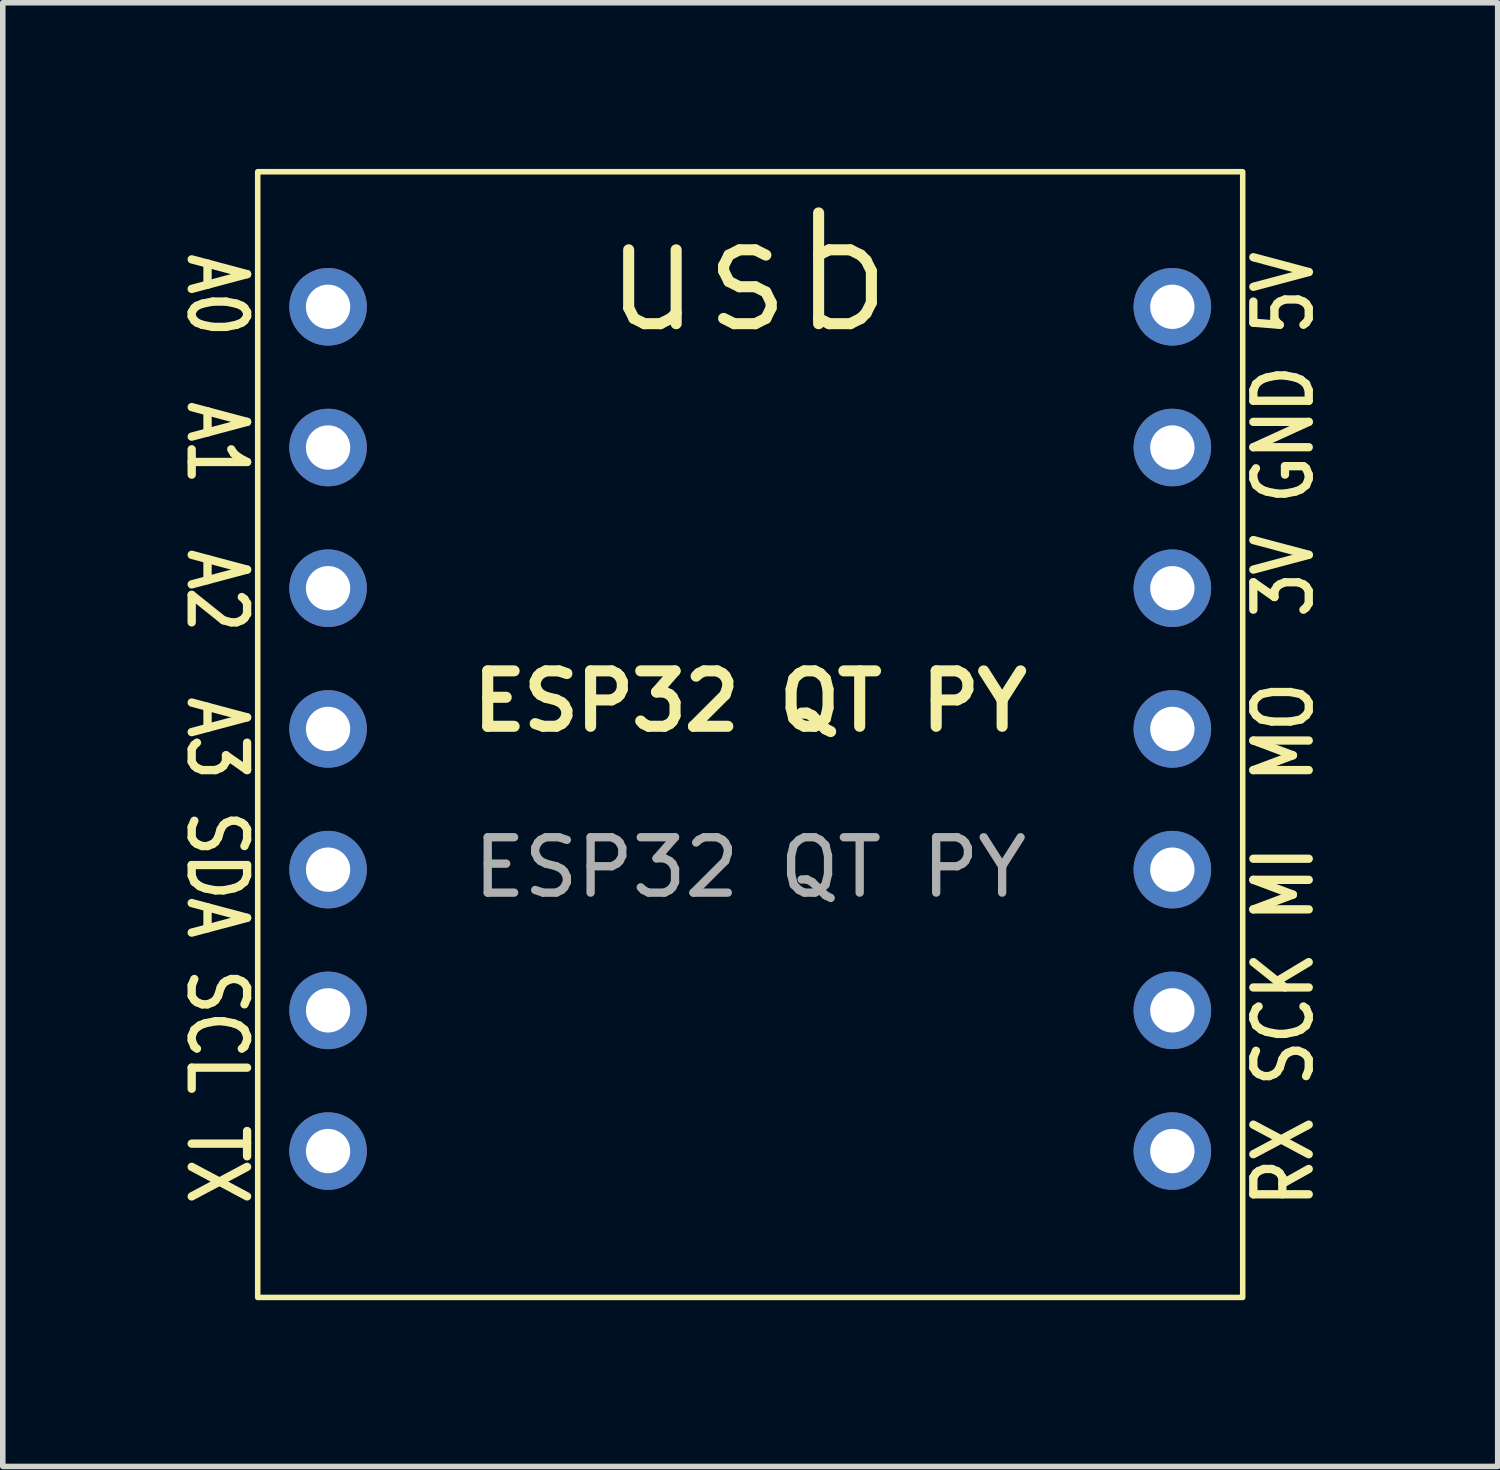
<source format=kicad_pcb>
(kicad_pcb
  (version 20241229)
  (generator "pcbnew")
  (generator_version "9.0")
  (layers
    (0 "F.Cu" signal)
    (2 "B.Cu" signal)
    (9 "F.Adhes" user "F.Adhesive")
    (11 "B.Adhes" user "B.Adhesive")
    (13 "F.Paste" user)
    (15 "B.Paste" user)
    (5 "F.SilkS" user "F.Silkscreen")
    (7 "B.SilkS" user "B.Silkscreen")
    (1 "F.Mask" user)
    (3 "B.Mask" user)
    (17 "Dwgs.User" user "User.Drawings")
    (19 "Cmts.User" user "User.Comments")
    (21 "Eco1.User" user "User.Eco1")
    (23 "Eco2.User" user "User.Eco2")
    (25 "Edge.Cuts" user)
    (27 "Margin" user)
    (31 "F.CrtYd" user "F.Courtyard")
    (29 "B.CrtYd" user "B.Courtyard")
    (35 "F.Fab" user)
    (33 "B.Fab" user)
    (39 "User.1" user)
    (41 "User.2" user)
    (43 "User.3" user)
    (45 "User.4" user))
  (footprint "ESP32 QT PY"
    (layer "F.Cu")
    (at 10.492 10.108)
    (property "Reference" "ESP32 QT PY" (at 0 -0.5 0) (unlocked yes) (layer "F.SilkS") (effects (font (size 1 1) (thickness 0.2) (bold yes))))
    (attr through_hole)
    (fp_rect (start -8.89 -10.058) (end 8.89 10.262) (stroke (width 0.1) (type default)) (fill no) (layer "F.SilkS"))
    (fp_text user "A0  A1  A2  A3 SDA SCL TX" (at -9.042 0 270) (unlocked yes) (layer "F.SilkS") (effects (font (size 1 0.8) (thickness 0.15)) (justify top)))
    (fp_text user "RX SCK MI  MO  3V GND 5V" (at 9.042 0 90) (unlocked yes) (layer "F.SilkS") (effects (font (size 1 0.8) (thickness 0.15) (bold yes)) (justify top)))
    (fp_text user "usb" (at -0.051 -8.23 0) (unlocked yes) (layer "F.SilkS") (effects (font (size 2 2) (thickness 0.2))))
    (fp_text user "${REFERENCE}" (at 0 2.5 0) (unlocked yes) (layer "F.Fab") (effects (font (size 1 1) (thickness 0.15))))
    (pad "1" thru_hole circle (at -7.62 -7.62) (size 1.4 1.4) (drill 0.8) (layers "*.Cu" "*.Mask"))
    (pad "2" thru_hole circle (at -7.62 -5.08) (size 1.4 1.4) (drill 0.8) (layers "*.Cu" "*.Mask"))
    (pad "3" thru_hole circle (at -7.62 -2.54) (size 1.4 1.4) (drill 0.8) (layers "*.Cu" "*.Mask"))
    (pad "4" thru_hole circle (at -7.62 0) (size 1.4 1.4) (drill 0.8) (layers "*.Cu" "*.Mask"))
    (pad "5" thru_hole circle (at -7.62 2.54) (size 1.4 1.4) (drill 0.8) (layers "*.Cu" "*.Mask"))
    (pad "6" thru_hole circle (at -7.62 5.08) (size 1.4 1.4) (drill 0.8) (layers "*.Cu" "*.Mask"))
    (pad "7" thru_hole circle (at -7.62 7.62) (size 1.4 1.4) (drill 0.8) (layers "*.Cu" "*.Mask"))
    (pad "8" thru_hole circle (at 7.62 7.62) (size 1.4 1.4) (drill 0.8) (layers "*.Cu" "*.Mask"))
    (pad "9" thru_hole circle (at 7.62 5.08) (size 1.4 1.4) (drill 0.8) (layers "*.Cu" "*.Mask"))
    (pad "10" thru_hole circle (at 7.62 2.54) (size 1.4 1.4) (drill 0.8) (layers "*.Cu" "*.Mask"))
    (pad "11" thru_hole circle (at 7.62 0) (size 1.4 1.4) (drill 0.8) (layers "*.Cu" "*.Mask"))
    (pad "12" thru_hole circle (at 7.62 -2.54) (size 1.4 1.4) (drill 0.8) (layers "*.Cu" "*.Mask"))
    (pad "13" thru_hole circle (at 7.62 -5.08) (size 1.4 1.4) (drill 0.8) (layers "*.Cu" "*.Mask"))
    (pad "14" thru_hole circle (at 7.62 -7.62) (size 1.4 1.4) (drill 0.8) (layers "*.Cu" "*.Mask")))
  (gr_rect
    (start -3 -3)
    (end 23.985 23.42)
    (stroke (width 0.1) (type default))
    (fill no)
    (layer "Edge.Cuts")))
</source>
